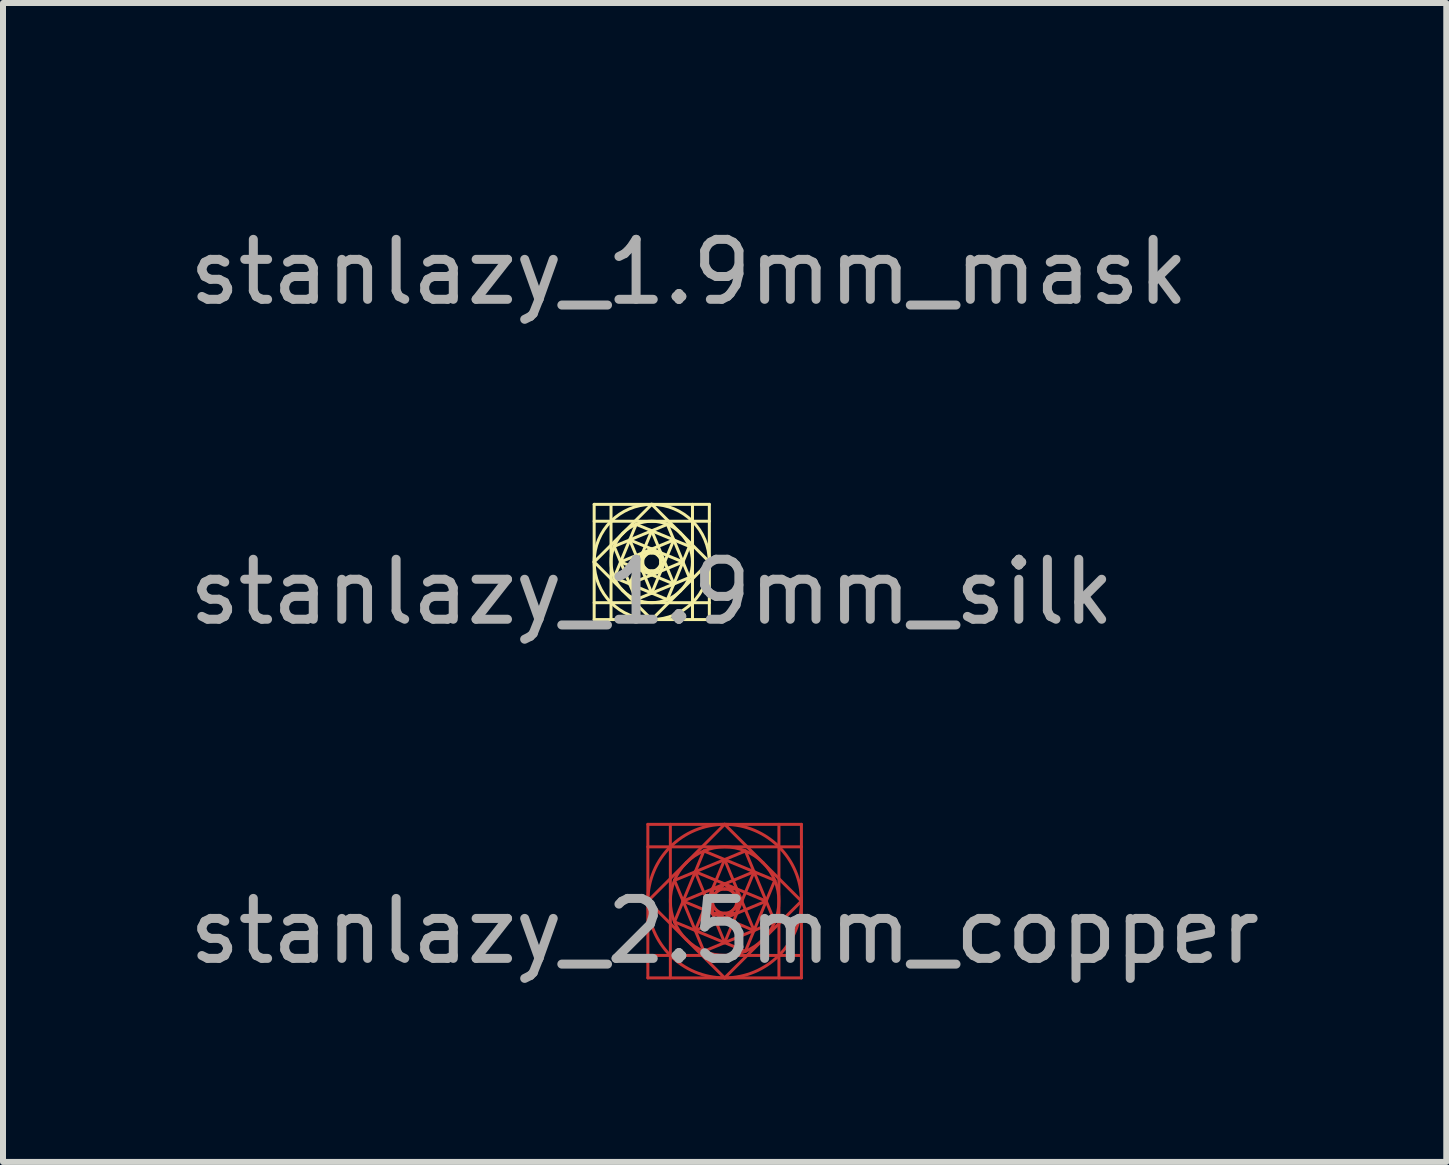
<source format=kicad_pcb>
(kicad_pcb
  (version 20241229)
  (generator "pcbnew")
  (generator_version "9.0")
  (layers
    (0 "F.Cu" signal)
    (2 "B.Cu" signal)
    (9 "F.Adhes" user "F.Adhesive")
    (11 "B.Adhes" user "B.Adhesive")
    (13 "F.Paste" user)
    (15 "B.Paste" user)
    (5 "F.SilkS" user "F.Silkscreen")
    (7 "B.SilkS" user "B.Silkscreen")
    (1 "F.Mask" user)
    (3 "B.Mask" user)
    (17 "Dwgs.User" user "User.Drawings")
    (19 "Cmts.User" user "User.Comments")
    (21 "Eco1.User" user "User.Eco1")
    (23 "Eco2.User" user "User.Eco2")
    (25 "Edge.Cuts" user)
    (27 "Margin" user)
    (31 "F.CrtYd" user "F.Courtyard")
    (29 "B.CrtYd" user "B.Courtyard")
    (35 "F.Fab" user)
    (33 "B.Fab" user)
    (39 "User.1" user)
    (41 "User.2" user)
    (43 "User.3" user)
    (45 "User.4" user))
  (footprint "stanlazy_2.5mm_copper"
    (layer "F.Cu")
    (at 9.03 11.972)
    (property "Reference" "stanlazy_2.5mm_copper" (at 0 0.5 0) (layer "F.Fab") (effects (font (size 1 1) (thickness 0.15))))
    (attr board_only exclude_from_pos_files exclude_from_bom)
    (fp_line (start -1.28 0) (end 0 -1.28) (stroke (width 0.05) (type solid)) (layer "F.Cu"))
    (fp_line (start -1.28 -1.28) (end 1.28 -1.28) (stroke (width 0.05) (type solid)) (layer "F.Cu"))
    (fp_line (start -1.28 -0.905) (end -0.905 -0.905) (stroke (width 0.05) (type solid)) (layer "F.Cu"))
    (fp_line (start -1.28 0.905) (end -0.905 0.905) (stroke (width 0.05) (type solid)) (layer "F.Cu"))
    (fp_line (start -1.28 1.28) (end -1.28 -1.28) (stroke (width 0.05) (type solid)) (layer "F.Cu"))
    (fp_line (start -0.905 -1.28) (end -0.905 -0.905) (stroke (width 0.05) (type solid)) (layer "F.Cu"))
    (fp_line (start -0.905 -0.905) (end 0.905 -0.905) (stroke (width 0.05) (type solid)) (layer "F.Cu"))
    (fp_line (start -0.905 0.905) (end -0.905 -0.905) (stroke (width 0.05) (type solid)) (layer "F.Cu"))
    (fp_line (start -0.905 1.28) (end -0.905 0.905) (stroke (width 0.05) (type solid)) (layer "F.Cu"))
    (fp_line (start -0.836 -0.346) (end 0.346 -0.836) (stroke (width 0.05) (type solid)) (layer "F.Cu"))
    (fp_line (start -0.836 0.346) (end -0.346 -0.836) (stroke (width 0.05) (type solid)) (layer "F.Cu"))
    (fp_line (start -0.693 0) (end 0.49 -0.49) (stroke (width 0.05) (type solid)) (layer "F.Cu"))
    (fp_line (start -0.49 -0.49) (end 0 0.693) (stroke (width 0.05) (type solid)) (layer "F.Cu"))
    (fp_line (start -0.49 -0.49) (end 0.693 0) (stroke (width 0.05) (type solid)) (layer "F.Cu"))
    (fp_line (start -0.49 0.49) (end 0 -0.693) (stroke (width 0.05) (type solid)) (layer "F.Cu"))
    (fp_line (start -0.346 -0.836) (end 0.836 -0.346) (stroke (width 0.05) (type solid)) (layer "F.Cu"))
    (fp_line (start -0.346 0.836) (end -0.836 -0.346) (stroke (width 0.05) (type solid)) (layer "F.Cu"))
    (fp_line (start -0.287 0) (end -0.000001 -0.287) (stroke (width 0.05) (type solid)) (layer "F.Cu"))
    (fp_line (start -0.203 -0.203) (end 0.203 -0.203) (stroke (width 0.05) (type solid)) (layer "F.Cu"))
    (fp_line (start -0.203 0.203) (end -0.203 -0.203) (stroke (width 0.05) (type solid)) (layer "F.Cu"))
    (fp_line (start -0.000001 -0.287) (end 0.287 0.000001) (stroke (width 0.05) (type solid)) (layer "F.Cu"))
    (fp_line (start -0.000001 0.287) (end -0.287 0) (stroke (width 0.05) (type solid)) (layer "F.Cu"))
    (fp_line (start -0.000001 1.28) (end -1.28 0) (stroke (width 0.05) (type solid)) (layer "F.Cu"))
    (fp_line (start 0 -1.28) (end 1.28 0) (stroke (width 0.05) (type solid)) (layer "F.Cu"))
    (fp_line (start 0 -0.693) (end 0.49 0.49) (stroke (width 0.05) (type solid)) (layer "F.Cu"))
    (fp_line (start 0.203 -0.203) (end 0.203 0.203) (stroke (width 0.05) (type solid)) (layer "F.Cu"))
    (fp_line (start 0.203 0.203) (end -0.203 0.203) (stroke (width 0.05) (type solid)) (layer "F.Cu"))
    (fp_line (start 0.287 0.000001) (end -0.000001 0.287) (stroke (width 0.05) (type solid)) (layer "F.Cu"))
    (fp_line (start 0.346 -0.836) (end 0.836 0.346) (stroke (width 0.05) (type solid)) (layer "F.Cu"))
    (fp_line (start 0.346 0.836) (end -0.836 0.346) (stroke (width 0.05) (type solid)) (layer "F.Cu"))
    (fp_line (start 0.49 -0.49) (end 0 0.693) (stroke (width 0.05) (type solid)) (layer "F.Cu"))
    (fp_line (start 0.49 0.49) (end -0.693 0) (stroke (width 0.05) (type solid)) (layer "F.Cu"))
    (fp_line (start 0.693 0) (end -0.49 0.49) (stroke (width 0.05) (type solid)) (layer "F.Cu"))
    (fp_line (start 0.836 -0.346) (end 0.346 0.836) (stroke (width 0.05) (type solid)) (layer "F.Cu"))
    (fp_line (start 0.836 0.346) (end -0.346 0.836) (stroke (width 0.05) (type solid)) (layer "F.Cu"))
    (fp_line (start 0.905 -0.905) (end 0.905 -1.28) (stroke (width 0.05) (type solid)) (layer "F.Cu"))
    (fp_line (start 0.905 -0.905) (end 0.905 0.905) (stroke (width 0.05) (type solid)) (layer "F.Cu"))
    (fp_line (start 0.905 0.905) (end -0.905 0.905) (stroke (width 0.05) (type solid)) (layer "F.Cu"))
    (fp_line (start 0.905 1.28) (end 0.905 0.905) (stroke (width 0.05) (type solid)) (layer "F.Cu"))
    (fp_line (start 1.28 -1.28) (end 1.28 1.28) (stroke (width 0.05) (type solid)) (layer "F.Cu"))
    (fp_line (start 1.28 -0.905) (end 0.905 -0.905) (stroke (width 0.05) (type solid)) (layer "F.Cu"))
    (fp_line (start 1.28 0) (end -0.000001 1.28) (stroke (width 0.05) (type solid)) (layer "F.Cu"))
    (fp_line (start 1.28 0.905) (end 0.905 0.905) (stroke (width 0.05) (type solid)) (layer "F.Cu"))
    (fp_line (start 1.28 1.28) (end -1.28 1.28) (stroke (width 0.05) (type solid)) (layer "F.Cu"))
    (fp_curve (pts (xy -1.28 0) (xy -1.28 -0.707) (xy -0.707 -1.28) (xy 0 -1.28)) (stroke (width 0.05) (type solid)) (layer "F.Cu"))
    (fp_curve (pts (xy -0.64 -0.64) (xy -0.287 -0.993) (xy 0.287 -0.993) (xy 0.64 -0.64)) (stroke (width 0.05) (type solid)) (layer "F.Cu"))
    (fp_curve (pts (xy -0.64 0.64) (xy -0.993 0.287) (xy -0.993 -0.287) (xy -0.64 -0.64)) (stroke (width 0.05) (type solid)) (layer "F.Cu"))
    (fp_curve (pts (xy -0.203 0.000001) (xy -0.203 -0.112) (xy -0.112 -0.203) (xy -0.000001 -0.203)) (stroke (width 0.05) (type solid)) (layer "F.Cu"))
    (fp_curve (pts (xy -0.000001 -0.203) (xy 0.112 -0.203) (xy 0.203 -0.112) (xy 0.203 0.000001)) (stroke (width 0.05) (type solid)) (layer "F.Cu"))
    (fp_curve (pts (xy -0.000001 0.203) (xy -0.112 0.203) (xy -0.203 0.112) (xy -0.203 0.000001)) (stroke (width 0.05) (type solid)) (layer "F.Cu"))
    (fp_curve (pts (xy 0 -1.28) (xy 0.707 -1.28) (xy 1.28 -0.707) (xy 1.28 0)) (stroke (width 0.05) (type solid)) (layer "F.Cu"))
    (fp_curve (pts (xy 0 1.28) (xy -0.707 1.28) (xy -1.28 0.707) (xy -1.28 0)) (stroke (width 0.05) (type solid)) (layer "F.Cu"))
    (fp_curve (pts (xy 0.203 0.000001) (xy 0.203 0.112) (xy 0.112 0.203) (xy -0.000001 0.203)) (stroke (width 0.05) (type solid)) (layer "F.Cu"))
    (fp_curve (pts (xy 0.64 -0.64) (xy 0.993 -0.287) (xy 0.993 0.287) (xy 0.64 0.64)) (stroke (width 0.05) (type solid)) (layer "F.Cu"))
    (fp_curve (pts (xy 0.64 0.64) (xy 0.287 0.993) (xy -0.287 0.993) (xy -0.64 0.64)) (stroke (width 0.05) (type solid)) (layer "F.Cu"))
    (fp_curve (pts (xy 1.28 0) (xy 1.28 0.707) (xy 0.707 1.28) (xy 0 1.28)) (stroke (width 0.05) (type solid)) (layer "F.Cu")))
  (footprint "stanlazy_1.9mm_silk"
    (layer "F.Cu")
    (at 7.815 6.318)
    (property "Reference" "stanlazy_1.9mm_silk" (at 0 0.5 0) (layer "F.Fab") (effects (font (size 1 1) (thickness 0.15))))
    (attr board_only exclude_from_pos_files exclude_from_bom)
    (fp_line (start -0.96 0) (end 0 -0.96) (stroke (width 0.05) (type solid)) (layer "F.SilkS"))
    (fp_line (start -0.96 -0.96) (end 0.96 -0.96) (stroke (width 0.05) (type solid)) (layer "F.SilkS"))
    (fp_line (start -0.96 -0.679) (end -0.679 -0.679) (stroke (width 0.05) (type solid)) (layer "F.SilkS"))
    (fp_line (start -0.96 0.679) (end -0.679 0.679) (stroke (width 0.05) (type solid)) (layer "F.SilkS"))
    (fp_line (start -0.96 0.96) (end -0.96 -0.96) (stroke (width 0.05) (type solid)) (layer "F.SilkS"))
    (fp_line (start -0.679 -0.96) (end -0.679 -0.679) (stroke (width 0.05) (type solid)) (layer "F.SilkS"))
    (fp_line (start -0.679 -0.679) (end 0.679 -0.679) (stroke (width 0.05) (type solid)) (layer "F.SilkS"))
    (fp_line (start -0.679 0.679) (end -0.679 -0.679) (stroke (width 0.05) (type solid)) (layer "F.SilkS"))
    (fp_line (start -0.679 0.96) (end -0.679 0.679) (stroke (width 0.05) (type solid)) (layer "F.SilkS"))
    (fp_line (start -0.627 -0.26) (end 0.26 -0.627) (stroke (width 0.05) (type solid)) (layer "F.SilkS"))
    (fp_line (start -0.627 0.26) (end -0.26 -0.627) (stroke (width 0.05) (type solid)) (layer "F.SilkS"))
    (fp_line (start -0.52 0) (end 0.367 -0.367) (stroke (width 0.05) (type solid)) (layer "F.SilkS"))
    (fp_line (start -0.367 -0.367) (end 0 0.52) (stroke (width 0.05) (type solid)) (layer "F.SilkS"))
    (fp_line (start -0.367 -0.367) (end 0.52 0) (stroke (width 0.05) (type solid)) (layer "F.SilkS"))
    (fp_line (start -0.367 0.367) (end 0 -0.52) (stroke (width 0.05) (type solid)) (layer "F.SilkS"))
    (fp_line (start -0.26 -0.627) (end 0.627 -0.26) (stroke (width 0.05) (type solid)) (layer "F.SilkS"))
    (fp_line (start -0.26 0.627) (end -0.627 -0.26) (stroke (width 0.05) (type solid)) (layer "F.SilkS"))
    (fp_line (start -0.215 0) (end -0.000001 -0.215) (stroke (width 0.05) (type solid)) (layer "F.SilkS"))
    (fp_line (start -0.152 -0.152) (end 0.152 -0.152) (stroke (width 0.05) (type solid)) (layer "F.SilkS"))
    (fp_line (start -0.152 0.152) (end -0.152 -0.152) (stroke (width 0.05) (type solid)) (layer "F.SilkS"))
    (fp_line (start -0.000001 -0.215) (end 0.215 0.000001) (stroke (width 0.05) (type solid)) (layer "F.SilkS"))
    (fp_line (start -0.000001 0.215) (end -0.215 0) (stroke (width 0.05) (type solid)) (layer "F.SilkS"))
    (fp_line (start -0.000001 0.96) (end -0.96 0) (stroke (width 0.05) (type solid)) (layer "F.SilkS"))
    (fp_line (start 0 -0.96) (end 0.96 0) (stroke (width 0.05) (type solid)) (layer "F.SilkS"))
    (fp_line (start 0 -0.52) (end 0.367 0.367) (stroke (width 0.05) (type solid)) (layer "F.SilkS"))
    (fp_line (start 0.152 -0.152) (end 0.152 0.152) (stroke (width 0.05) (type solid)) (layer "F.SilkS"))
    (fp_line (start 0.152 0.152) (end -0.152 0.152) (stroke (width 0.05) (type solid)) (layer "F.SilkS"))
    (fp_line (start 0.215 0.000001) (end -0.000001 0.215) (stroke (width 0.05) (type solid)) (layer "F.SilkS"))
    (fp_line (start 0.26 -0.627) (end 0.627 0.26) (stroke (width 0.05) (type solid)) (layer "F.SilkS"))
    (fp_line (start 0.26 0.627) (end -0.627 0.26) (stroke (width 0.05) (type solid)) (layer "F.SilkS"))
    (fp_line (start 0.367 -0.367) (end 0 0.52) (stroke (width 0.05) (type solid)) (layer "F.SilkS"))
    (fp_line (start 0.367 0.367) (end -0.52 0) (stroke (width 0.05) (type solid)) (layer "F.SilkS"))
    (fp_line (start 0.52 0) (end -0.367 0.367) (stroke (width 0.05) (type solid)) (layer "F.SilkS"))
    (fp_line (start 0.627 -0.26) (end 0.26 0.627) (stroke (width 0.05) (type solid)) (layer "F.SilkS"))
    (fp_line (start 0.627 0.26) (end -0.26 0.627) (stroke (width 0.05) (type solid)) (layer "F.SilkS"))
    (fp_line (start 0.679 -0.679) (end 0.679 -0.96) (stroke (width 0.05) (type solid)) (layer "F.SilkS"))
    (fp_line (start 0.679 -0.679) (end 0.679 0.679) (stroke (width 0.05) (type solid)) (layer "F.SilkS"))
    (fp_line (start 0.679 0.679) (end -0.679 0.679) (stroke (width 0.05) (type solid)) (layer "F.SilkS"))
    (fp_line (start 0.679 0.96) (end 0.679 0.679) (stroke (width 0.05) (type solid)) (layer "F.SilkS"))
    (fp_line (start 0.96 -0.96) (end 0.96 0.96) (stroke (width 0.05) (type solid)) (layer "F.SilkS"))
    (fp_line (start 0.96 -0.679) (end 0.679 -0.679) (stroke (width 0.05) (type solid)) (layer "F.SilkS"))
    (fp_line (start 0.96 0) (end -0.000001 0.96) (stroke (width 0.05) (type solid)) (layer "F.SilkS"))
    (fp_line (start 0.96 0.679) (end 0.679 0.679) (stroke (width 0.05) (type solid)) (layer "F.SilkS"))
    (fp_line (start 0.96 0.96) (end -0.96 0.96) (stroke (width 0.05) (type solid)) (layer "F.SilkS"))
    (fp_curve (pts (xy -0.96 0) (xy -0.96 -0.53) (xy -0.53 -0.96) (xy 0 -0.96)) (stroke (width 0.05) (type solid)) (layer "F.SilkS"))
    (fp_curve (pts (xy -0.48 -0.48) (xy -0.215 -0.745) (xy 0.215 -0.745) (xy 0.48 -0.48)) (stroke (width 0.05) (type solid)) (layer "F.SilkS"))
    (fp_curve (pts (xy -0.48 0.48) (xy -0.745 0.215) (xy -0.745 -0.215) (xy -0.48 -0.48)) (stroke (width 0.05) (type solid)) (layer "F.SilkS"))
    (fp_curve (pts (xy -0.152 0.000001) (xy -0.152 -0.084) (xy -0.084 -0.152) (xy -0.000001 -0.152)) (stroke (width 0.05) (type solid)) (layer "F.SilkS"))
    (fp_curve (pts (xy -0.000001 -0.152) (xy 0.084 -0.152) (xy 0.152 -0.084) (xy 0.152 0.000001)) (stroke (width 0.05) (type solid)) (layer "F.SilkS"))
    (fp_curve (pts (xy -0.000001 0.152) (xy -0.084 0.152) (xy -0.152 0.084) (xy -0.152 0.000001)) (stroke (width 0.05) (type solid)) (layer "F.SilkS"))
    (fp_curve (pts (xy 0 -0.96) (xy 0.53 -0.96) (xy 0.96 -0.53) (xy 0.96 0)) (stroke (width 0.05) (type solid)) (layer "F.SilkS"))
    (fp_curve (pts (xy 0 0.96) (xy -0.53 0.96) (xy -0.96 0.53) (xy -0.96 0)) (stroke (width 0.05) (type solid)) (layer "F.SilkS"))
    (fp_curve (pts (xy 0.152 0.000001) (xy 0.152 0.084) (xy 0.084 0.152) (xy -0.000001 0.152)) (stroke (width 0.05) (type solid)) (layer "F.SilkS"))
    (fp_curve (pts (xy 0.48 -0.48) (xy 0.745 -0.215) (xy 0.745 0.215) (xy 0.48 0.48)) (stroke (width 0.05) (type solid)) (layer "F.SilkS"))
    (fp_curve (pts (xy 0.48 0.48) (xy 0.215 0.745) (xy -0.215 0.745) (xy -0.48 0.48)) (stroke (width 0.05) (type solid)) (layer "F.SilkS"))
    (fp_curve (pts (xy 0.96 0) (xy 0.96 0.53) (xy 0.53 0.96) (xy 0 0.96)) (stroke (width 0.05) (type solid)) (layer "F.SilkS")))
  (footprint "stanlazy_1.9mm_mask"
    (layer "F.Cu")
    (at 8.435 0.985)
    (property "Reference" "stanlazy_1.9mm_mask" (at 0 0.5 0) (layer "F.Fab") (effects (font (size 1 1) (thickness 0.15))))
    (attr board_only exclude_from_pos_files exclude_from_bom)
    (fp_line (start -0.96 0) (end 0 -0.96) (stroke (width 0.05) (type solid)) (layer "F.Mask"))
    (fp_line (start -0.96 -0.96) (end 0.96 -0.96) (stroke (width 0.05) (type solid)) (layer "F.Mask"))
    (fp_line (start -0.96 -0.679) (end -0.679 -0.679) (stroke (width 0.05) (type solid)) (layer "F.Mask"))
    (fp_line (start -0.96 0.679) (end -0.679 0.679) (stroke (width 0.05) (type solid)) (layer "F.Mask"))
    (fp_line (start -0.96 0.96) (end -0.96 -0.96) (stroke (width 0.05) (type solid)) (layer "F.Mask"))
    (fp_line (start -0.679 -0.96) (end -0.679 -0.679) (stroke (width 0.05) (type solid)) (layer "F.Mask"))
    (fp_line (start -0.679 -0.679) (end 0.679 -0.679) (stroke (width 0.05) (type solid)) (layer "F.Mask"))
    (fp_line (start -0.679 0.679) (end -0.679 -0.679) (stroke (width 0.05) (type solid)) (layer "F.Mask"))
    (fp_line (start -0.679 0.96) (end -0.679 0.679) (stroke (width 0.05) (type solid)) (layer "F.Mask"))
    (fp_line (start -0.627 -0.26) (end 0.26 -0.627) (stroke (width 0.05) (type solid)) (layer "F.Mask"))
    (fp_line (start -0.627 0.26) (end -0.26 -0.627) (stroke (width 0.05) (type solid)) (layer "F.Mask"))
    (fp_line (start -0.52 0) (end 0.367 -0.367) (stroke (width 0.05) (type solid)) (layer "F.Mask"))
    (fp_line (start -0.367 -0.367) (end 0 0.52) (stroke (width 0.05) (type solid)) (layer "F.Mask"))
    (fp_line (start -0.367 -0.367) (end 0.52 0) (stroke (width 0.05) (type solid)) (layer "F.Mask"))
    (fp_line (start -0.367 0.367) (end 0 -0.52) (stroke (width 0.05) (type solid)) (layer "F.Mask"))
    (fp_line (start -0.26 -0.627) (end 0.627 -0.26) (stroke (width 0.05) (type solid)) (layer "F.Mask"))
    (fp_line (start -0.26 0.627) (end -0.627 -0.26) (stroke (width 0.05) (type solid)) (layer "F.Mask"))
    (fp_line (start -0.215 0) (end -0.000001 -0.215) (stroke (width 0.05) (type solid)) (layer "F.Mask"))
    (fp_line (start -0.152 -0.152) (end 0.152 -0.152) (stroke (width 0.05) (type solid)) (layer "F.Mask"))
    (fp_line (start -0.152 0.152) (end -0.152 -0.152) (stroke (width 0.05) (type solid)) (layer "F.Mask"))
    (fp_line (start -0.000001 -0.215) (end 0.215 0.000001) (stroke (width 0.05) (type solid)) (layer "F.Mask"))
    (fp_line (start -0.000001 0.215) (end -0.215 0) (stroke (width 0.05) (type solid)) (layer "F.Mask"))
    (fp_line (start -0.000001 0.96) (end -0.96 0) (stroke (width 0.05) (type solid)) (layer "F.Mask"))
    (fp_line (start 0 -0.96) (end 0.96 0) (stroke (width 0.05) (type solid)) (layer "F.Mask"))
    (fp_line (start 0 -0.52) (end 0.367 0.367) (stroke (width 0.05) (type solid)) (layer "F.Mask"))
    (fp_line (start 0.152 -0.152) (end 0.152 0.152) (stroke (width 0.05) (type solid)) (layer "F.Mask"))
    (fp_line (start 0.152 0.152) (end -0.152 0.152) (stroke (width 0.05) (type solid)) (layer "F.Mask"))
    (fp_line (start 0.215 0.000001) (end -0.000001 0.215) (stroke (width 0.05) (type solid)) (layer "F.Mask"))
    (fp_line (start 0.26 -0.627) (end 0.627 0.26) (stroke (width 0.05) (type solid)) (layer "F.Mask"))
    (fp_line (start 0.26 0.627) (end -0.627 0.26) (stroke (width 0.05) (type solid)) (layer "F.Mask"))
    (fp_line (start 0.367 -0.367) (end 0 0.52) (stroke (width 0.05) (type solid)) (layer "F.Mask"))
    (fp_line (start 0.367 0.367) (end -0.52 0) (stroke (width 0.05) (type solid)) (layer "F.Mask"))
    (fp_line (start 0.52 0) (end -0.367 0.367) (stroke (width 0.05) (type solid)) (layer "F.Mask"))
    (fp_line (start 0.627 -0.26) (end 0.26 0.627) (stroke (width 0.05) (type solid)) (layer "F.Mask"))
    (fp_line (start 0.627 0.26) (end -0.26 0.627) (stroke (width 0.05) (type solid)) (layer "F.Mask"))
    (fp_line (start 0.679 -0.679) (end 0.679 -0.96) (stroke (width 0.05) (type solid)) (layer "F.Mask"))
    (fp_line (start 0.679 -0.679) (end 0.679 0.679) (stroke (width 0.05) (type solid)) (layer "F.Mask"))
    (fp_line (start 0.679 0.679) (end -0.679 0.679) (stroke (width 0.05) (type solid)) (layer "F.Mask"))
    (fp_line (start 0.679 0.96) (end 0.679 0.679) (stroke (width 0.05) (type solid)) (layer "F.Mask"))
    (fp_line (start 0.96 -0.96) (end 0.96 0.96) (stroke (width 0.05) (type solid)) (layer "F.Mask"))
    (fp_line (start 0.96 -0.679) (end 0.679 -0.679) (stroke (width 0.05) (type solid)) (layer "F.Mask"))
    (fp_line (start 0.96 0) (end -0.000001 0.96) (stroke (width 0.05) (type solid)) (layer "F.Mask"))
    (fp_line (start 0.96 0.679) (end 0.679 0.679) (stroke (width 0.05) (type solid)) (layer "F.Mask"))
    (fp_line (start 0.96 0.96) (end -0.96 0.96) (stroke (width 0.05) (type solid)) (layer "F.Mask"))
    (fp_curve (pts (xy -0.96 0) (xy -0.96 -0.53) (xy -0.53 -0.96) (xy 0 -0.96)) (stroke (width 0.05) (type solid)) (layer "F.Mask"))
    (fp_curve (pts (xy -0.48 -0.48) (xy -0.215 -0.745) (xy 0.215 -0.745) (xy 0.48 -0.48)) (stroke (width 0.05) (type solid)) (layer "F.Mask"))
    (fp_curve (pts (xy -0.48 0.48) (xy -0.745 0.215) (xy -0.745 -0.215) (xy -0.48 -0.48)) (stroke (width 0.05) (type solid)) (layer "F.Mask"))
    (fp_curve (pts (xy -0.152 0.000001) (xy -0.152 -0.084) (xy -0.084 -0.152) (xy -0.000001 -0.152)) (stroke (width 0.05) (type solid)) (layer "F.Mask"))
    (fp_curve (pts (xy -0.000001 -0.152) (xy 0.084 -0.152) (xy 0.152 -0.084) (xy 0.152 0.000001)) (stroke (width 0.05) (type solid)) (layer "F.Mask"))
    (fp_curve (pts (xy -0.000001 0.152) (xy -0.084 0.152) (xy -0.152 0.084) (xy -0.152 0.000001)) (stroke (width 0.05) (type solid)) (layer "F.Mask"))
    (fp_curve (pts (xy 0 -0.96) (xy 0.53 -0.96) (xy 0.96 -0.53) (xy 0.96 0)) (stroke (width 0.05) (type solid)) (layer "F.Mask"))
    (fp_curve (pts (xy 0 0.96) (xy -0.53 0.96) (xy -0.96 0.53) (xy -0.96 0)) (stroke (width 0.05) (type solid)) (layer "F.Mask"))
    (fp_curve (pts (xy 0.152 0.000001) (xy 0.152 0.084) (xy 0.084 0.152) (xy -0.000001 0.152)) (stroke (width 0.05) (type solid)) (layer "F.Mask"))
    (fp_curve (pts (xy 0.48 -0.48) (xy 0.745 -0.215) (xy 0.745 0.215) (xy 0.48 0.48)) (stroke (width 0.05) (type solid)) (layer "F.Mask"))
    (fp_curve (pts (xy 0.48 0.48) (xy 0.215 0.745) (xy -0.215 0.745) (xy -0.48 0.48)) (stroke (width 0.05) (type solid)) (layer "F.Mask"))
    (fp_curve (pts (xy 0.96 0) (xy 0.96 0.53) (xy 0.53 0.96) (xy 0 0.96)) (stroke (width 0.05) (type solid)) (layer "F.Mask")))
  (gr_rect
    (start -3 -3)
    (end 21.06 16.32)
    (stroke (width 0.1) (type default))
    (fill no)
    (layer "Edge.Cuts")))
</source>
